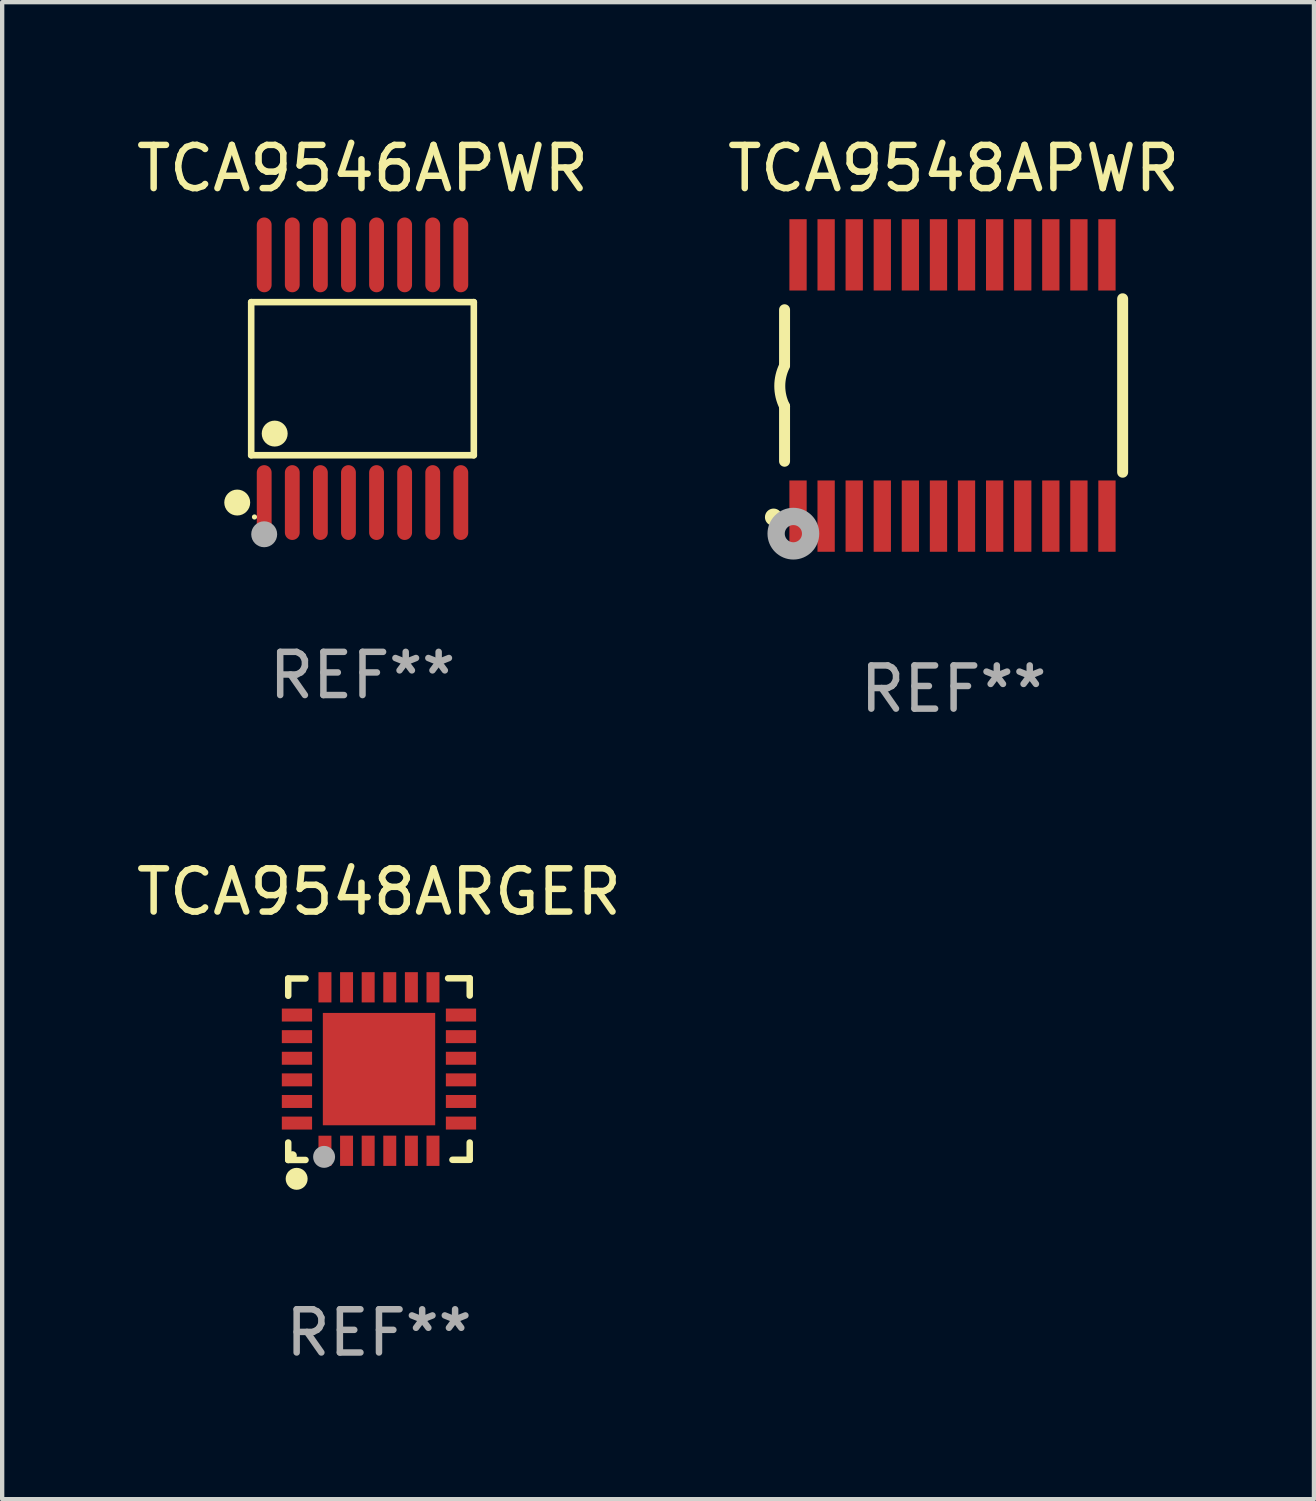
<source format=kicad_pcb>
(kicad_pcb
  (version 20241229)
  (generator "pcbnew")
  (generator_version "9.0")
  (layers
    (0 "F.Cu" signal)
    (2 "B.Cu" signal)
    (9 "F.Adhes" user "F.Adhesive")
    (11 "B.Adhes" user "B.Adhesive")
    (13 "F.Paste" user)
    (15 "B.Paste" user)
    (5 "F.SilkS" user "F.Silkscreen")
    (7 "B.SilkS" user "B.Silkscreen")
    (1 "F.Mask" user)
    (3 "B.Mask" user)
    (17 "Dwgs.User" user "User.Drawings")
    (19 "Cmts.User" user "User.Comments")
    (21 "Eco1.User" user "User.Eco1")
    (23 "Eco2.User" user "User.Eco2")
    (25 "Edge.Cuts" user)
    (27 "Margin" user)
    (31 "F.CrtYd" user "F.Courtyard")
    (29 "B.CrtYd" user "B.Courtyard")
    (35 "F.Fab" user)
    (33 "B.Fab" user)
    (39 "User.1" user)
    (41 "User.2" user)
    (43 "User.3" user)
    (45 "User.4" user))
  (footprint "TCA9548ARGER"
    (layer "F.Cu")
    (at 5.72 21.692)
    (property "Reference" "TCA9548ARGER" (at 0 -4.102 0) (layer "F.SilkS") (effects (font (size 1 1) (thickness 0.15))))
    (attr through_hole)
    (fp_line (start -2.1 -2.098) (end -1.7 -2.098) (stroke (width 0.15) (type solid)) (layer "F.SilkS"))
    (fp_line (start -2.1 -1.698) (end -2.1 -2.098) (stroke (width 0.15) (type solid)) (layer "F.SilkS"))
    (fp_line (start -2.1 2.102) (end -2.1 1.698) (stroke (width 0.15) (type solid)) (layer "F.SilkS"))
    (fp_line (start -1.7 2.102) (end -2.1 2.102) (stroke (width 0.15) (type solid)) (layer "F.SilkS"))
    (fp_line (start 1.6 -2.102) (end 2.1 -2.102) (stroke (width 0.15) (type solid)) (layer "F.SilkS"))
    (fp_line (start 1.7 2.098) (end 2.1 2.098) (stroke (width 0.15) (type solid)) (layer "F.SilkS"))
    (fp_line (start 2.1 -2.102) (end 2.1 -1.702) (stroke (width 0.15) (type solid)) (layer "F.SilkS"))
    (fp_line (start 2.1 2.098) (end 2.1 1.698) (stroke (width 0.15) (type solid)) (layer "F.SilkS"))
    (fp_circle (center -2 1.998) (end -1.95 1.998) (stroke (width 0.1) (type solid)) (fill no) (layer "F.SilkS"))
    (fp_circle (center -1.905 2.538) (end -1.778 2.538) (stroke (width 0.254) (type solid)) (fill no) (layer "F.SilkS"))
    (fp_circle (center -1.27 2.03) (end -1.143 2.03) (stroke (width 0.254) (type solid)) (fill no) (layer "F.Fab"))
    (fp_text user "REF**" (at 0 6.102 0) (layer "F.Fab") (effects (font (size 1 1) (thickness 0.15))))
    (pad "1" smd rect (at -1.25 1.89 180) (size 0.3 0.7) (layers "F.Cu" "F.Mask" "F.Paste"))
    (pad "2" smd rect (at -0.75 1.889 180) (size 0.3 0.7) (layers "F.Cu" "F.Mask" "F.Paste"))
    (pad "3" smd rect (at -0.25 1.889 180) (size 0.3 0.7) (layers "F.Cu" "F.Mask" "F.Paste"))
    (pad "4" smd rect (at 0.25 1.889 180) (size 0.3 0.7) (layers "F.Cu" "F.Mask" "F.Paste"))
    (pad "5" smd rect (at 0.75 1.889 180) (size 0.3 0.7) (layers "F.Cu" "F.Mask" "F.Paste"))
    (pad "6" smd rect (at 1.25 1.889 180) (size 0.3 0.7) (layers "F.Cu" "F.Mask" "F.Paste"))
    (pad "7" smd rect (at 1.898 1.248 270) (size 0.3 0.7) (layers "F.Cu" "F.Mask" "F.Paste"))
    (pad "8" smd rect (at 1.898 0.748 270) (size 0.3 0.7) (layers "F.Cu" "F.Mask" "F.Paste"))
    (pad "9" smd rect (at 1.898 0.248 270) (size 0.3 0.7) (layers "F.Cu" "F.Mask" "F.Paste"))
    (pad "10" smd rect (at 1.898 -0.252 270) (size 0.3 0.7) (layers "F.Cu" "F.Mask" "F.Paste"))
    (pad "11" smd rect (at 1.898 -0.752 270) (size 0.3 0.7) (layers "F.Cu" "F.Mask" "F.Paste"))
    (pad "12" smd rect (at 1.898 -1.252 270) (size 0.3 0.7) (layers "F.Cu" "F.Mask" "F.Paste"))
    (pad "13" smd rect (at 1.25 -1.894) (size 0.3 0.7) (layers "F.Cu" "F.Mask" "F.Paste"))
    (pad "14" smd rect (at 0.75 -1.894) (size 0.3 0.7) (layers "F.Cu" "F.Mask" "F.Paste"))
    (pad "15" smd rect (at 0.25 -1.894) (size 0.3 0.7) (layers "F.Cu" "F.Mask" "F.Paste"))
    (pad "16" smd rect (at -0.25 -1.894) (size 0.3 0.7) (layers "F.Cu" "F.Mask" "F.Paste"))
    (pad "17" smd rect (at -0.75 -1.894) (size 0.3 0.7) (layers "F.Cu" "F.Mask" "F.Paste"))
    (pad "18" smd rect (at -1.25 -1.894) (size 0.3 0.7) (layers "F.Cu" "F.Mask" "F.Paste"))
    (pad "19" smd rect (at -1.898 -1.252 90) (size 0.3 0.7) (layers "F.Cu" "F.Mask" "F.Paste"))
    (pad "20" smd rect (at -1.898 -0.752 90) (size 0.3 0.7) (layers "F.Cu" "F.Mask" "F.Paste"))
    (pad "21" smd rect (at -1.898 -0.252 90) (size 0.3 0.7) (layers "F.Cu" "F.Mask" "F.Paste"))
    (pad "22" smd rect (at -1.898 0.248 90) (size 0.3 0.7) (layers "F.Cu" "F.Mask" "F.Paste"))
    (pad "23" smd rect (at -1.898 0.748 90) (size 0.3 0.7) (layers "F.Cu" "F.Mask" "F.Paste"))
    (pad "24" smd rect (at -1.898 1.248 90) (size 0.3 0.7) (layers "F.Cu" "F.Mask" "F.Paste"))
    (pad "25" smd rect (at 0.001 -0.001 90) (size 2.6 2.6) (layers "F.Cu" "F.Mask" "F.Paste")))
  (footprint "TCA9546APWR"
    (layer "F.Cu")
    (at 5.339 5.714)
    (property "Reference" "TCA9546APWR" (at 0 -4.866 0) (layer "F.SilkS") (effects (font (size 1 1) (thickness 0.15))))
    (attr through_hole)
    (fp_line (start -2.576 -1.772) (end 2.576 -1.772) (stroke (width 0.152) (type solid)) (layer "F.SilkS"))
    (fp_line (start -2.576 1.771) (end -2.576 -1.772) (stroke (width 0.152) (type solid)) (layer "F.SilkS"))
    (fp_line (start 2.576 -1.772) (end 2.576 1.771) (stroke (width 0.152) (type solid)) (layer "F.SilkS"))
    (fp_line (start 2.576 1.771) (end -2.576 1.771) (stroke (width 0.152) (type solid)) (layer "F.SilkS"))
    (fp_circle (center -2.899 2.866) (end -2.749 2.866) (stroke (width 0.3) (type solid)) (fill no) (layer "F.SilkS"))
    (fp_circle (center -2.5 3.2) (end -2.47 3.2) (stroke (width 0.06) (type solid)) (fill no) (layer "F.SilkS"))
    (fp_circle (center -2.032 1.27) (end -1.882 1.27) (stroke (width 0.3) (type solid)) (fill no) (layer "F.SilkS"))
    (fp_circle (center -2.275 3.6) (end -2.125 3.6) (stroke (width 0.3) (type solid)) (fill no) (layer "F.Fab"))
    (fp_text user "REF**" (at 0 6.866 0) (layer "F.Fab") (effects (font (size 1 1) (thickness 0.15))))
    (pad "1" smd oval (at -2.275 2.866) (size 0.343 1.731) (layers "F.Cu" "F.Mask" "F.Paste"))
    (pad "2" smd oval (at -1.625 2.866) (size 0.343 1.731) (layers "F.Cu" "F.Mask" "F.Paste"))
    (pad "3" smd oval (at -0.975 2.866) (size 0.343 1.731) (layers "F.Cu" "F.Mask" "F.Paste"))
    (pad "4" smd oval (at -0.325 2.866) (size 0.343 1.731) (layers "F.Cu" "F.Mask" "F.Paste"))
    (pad "5" smd oval (at 0.325 2.866) (size 0.343 1.731) (layers "F.Cu" "F.Mask" "F.Paste"))
    (pad "6" smd oval (at 0.975 2.866) (size 0.343 1.731) (layers "F.Cu" "F.Mask" "F.Paste"))
    (pad "7" smd oval (at 1.625 2.866) (size 0.343 1.731) (layers "F.Cu" "F.Mask" "F.Paste"))
    (pad "8" smd oval (at 2.275 2.866) (size 0.343 1.731) (layers "F.Cu" "F.Mask" "F.Paste"))
    (pad "9" smd oval (at 2.275 -2.866) (size 0.343 1.731) (layers "F.Cu" "F.Mask" "F.Paste"))
    (pad "10" smd oval (at 1.625 -2.866) (size 0.343 1.731) (layers "F.Cu" "F.Mask" "F.Paste"))
    (pad "11" smd oval (at 0.975 -2.866) (size 0.343 1.731) (layers "F.Cu" "F.Mask" "F.Paste"))
    (pad "12" smd oval (at 0.325 -2.866) (size 0.343 1.731) (layers "F.Cu" "F.Mask" "F.Paste"))
    (pad "13" smd oval (at -0.325 -2.866) (size 0.343 1.731) (layers "F.Cu" "F.Mask" "F.Paste"))
    (pad "14" smd oval (at -0.975 -2.866) (size 0.343 1.731) (layers "F.Cu" "F.Mask" "F.Paste"))
    (pad "15" smd oval (at -1.625 -2.866) (size 0.343 1.731) (layers "F.Cu" "F.Mask" "F.Paste"))
    (pad "16" smd oval (at -2.275 -2.866) (size 0.343 1.731) (layers "F.Cu" "F.Mask" "F.Paste")))
  (footprint "TCA9548APWR"
    (layer "F.Cu")
    (at 19.018 5.871)
    (property "Reference" "TCA9548APWR" (at 0 -5.023 0) (layer "F.SilkS") (effects (font (size 1 1) (thickness 0.15))))
    (attr through_hole)
    (fp_line (start -3.912 -0.483) (end -3.912 -1.753) (stroke (width 0.254) (type solid)) (layer "F.SilkS"))
    (fp_line (start -3.912 1.753) (end -3.912 0.483) (stroke (width 0.254) (type solid)) (layer "F.SilkS"))
    (fp_line (start 3.912 -2.007) (end 3.912 2.007) (stroke (width 0.254) (type solid)) (layer "F.SilkS"))
    (fp_arc (start -3.911608 0.482601) (mid -4.022537 0.0127) (end -3.911608 -0.457201) (stroke (width 0.254001) (type solid)) (layer "F.SilkS"))
    (fp_circle (center -4.166 3.048) (end -4.066 3.048) (stroke (width 0.2) (type solid)) (fill no) (layer "F.SilkS"))
    (fp_circle (center -3.925 3.186) (end -3.895 3.186) (stroke (width 0.06) (type solid)) (fill no) (layer "F.SilkS"))
    (fp_circle (center -3.708 3.429) (end -3.509 3.429) (stroke (width 0.4) (type solid)) (fill no) (layer "F.Fab"))
    (fp_text user "REF**" (at 0 7.023 0) (layer "F.Fab") (effects (font (size 1 1) (thickness 0.15))))
    (pad "1" smd rect (at -3.6 3.023) (size 0.4 1.65) (layers "F.Cu" "F.Mask" "F.Paste"))
    (pad "2" smd rect (at -2.95 3.023) (size 0.4 1.65) (layers "F.Cu" "F.Mask" "F.Paste"))
    (pad "3" smd rect (at -2.3 3.023) (size 0.4 1.65) (layers "F.Cu" "F.Mask" "F.Paste"))
    (pad "4" smd rect (at -1.65 3.023) (size 0.4 1.65) (layers "F.Cu" "F.Mask" "F.Paste"))
    (pad "5" smd rect (at -1 3.023) (size 0.4 1.65) (layers "F.Cu" "F.Mask" "F.Paste"))
    (pad "6" smd rect (at -0.35 3.023) (size 0.4 1.65) (layers "F.Cu" "F.Mask" "F.Paste"))
    (pad "7" smd rect (at 0.299 3.023) (size 0.4 1.65) (layers "F.Cu" "F.Mask" "F.Paste"))
    (pad "8" smd rect (at 0.95 3.023) (size 0.4 1.65) (layers "F.Cu" "F.Mask" "F.Paste"))
    (pad "9" smd rect (at 1.6 3.023) (size 0.4 1.65) (layers "F.Cu" "F.Mask" "F.Paste"))
    (pad "10" smd rect (at 2.25 3.023) (size 0.4 1.65) (layers "F.Cu" "F.Mask" "F.Paste"))
    (pad "11" smd rect (at 2.9 3.023) (size 0.4 1.65) (layers "F.Cu" "F.Mask" "F.Paste"))
    (pad "12" smd rect (at 3.549 3.023) (size 0.4 1.65) (layers "F.Cu" "F.Mask" "F.Paste"))
    (pad "13" smd rect (at 3.549 -3.023) (size 0.4 1.65) (layers "F.Cu" "F.Mask" "F.Paste"))
    (pad "14" smd rect (at 2.9 -3.023) (size 0.4 1.65) (layers "F.Cu" "F.Mask" "F.Paste"))
    (pad "15" smd rect (at 2.25 -3.023) (size 0.4 1.65) (layers "F.Cu" "F.Mask" "F.Paste"))
    (pad "16" smd rect (at 1.6 -3.023) (size 0.4 1.65) (layers "F.Cu" "F.Mask" "F.Paste"))
    (pad "17" smd rect (at 0.95 -3.023) (size 0.4 1.65) (layers "F.Cu" "F.Mask" "F.Paste"))
    (pad "18" smd rect (at 0.299 -3.023) (size 0.4 1.65) (layers "F.Cu" "F.Mask" "F.Paste"))
    (pad "19" smd rect (at -0.35 -3.023) (size 0.4 1.65) (layers "F.Cu" "F.Mask" "F.Paste"))
    (pad "20" smd rect (at -1 -3.023) (size 0.4 1.65) (layers "F.Cu" "F.Mask" "F.Paste"))
    (pad "21" smd rect (at -1.65 -3.023) (size 0.4 1.65) (layers "F.Cu" "F.Mask" "F.Paste"))
    (pad "22" smd rect (at -2.3 -3.023) (size 0.4 1.65) (layers "F.Cu" "F.Mask" "F.Paste"))
    (pad "23" smd rect (at -2.95 -3.023) (size 0.4 1.65) (layers "F.Cu" "F.Mask" "F.Paste"))
    (pad "24" smd rect (at -3.6 -3.023) (size 0.4 1.65) (layers "F.Cu" "F.Mask" "F.Paste")))
  (gr_rect
    (start -3 -3)
    (end 27.357 31.643)
    (stroke (width 0.1) (type default))
    (fill no)
    (layer "Edge.Cuts")))
</source>
